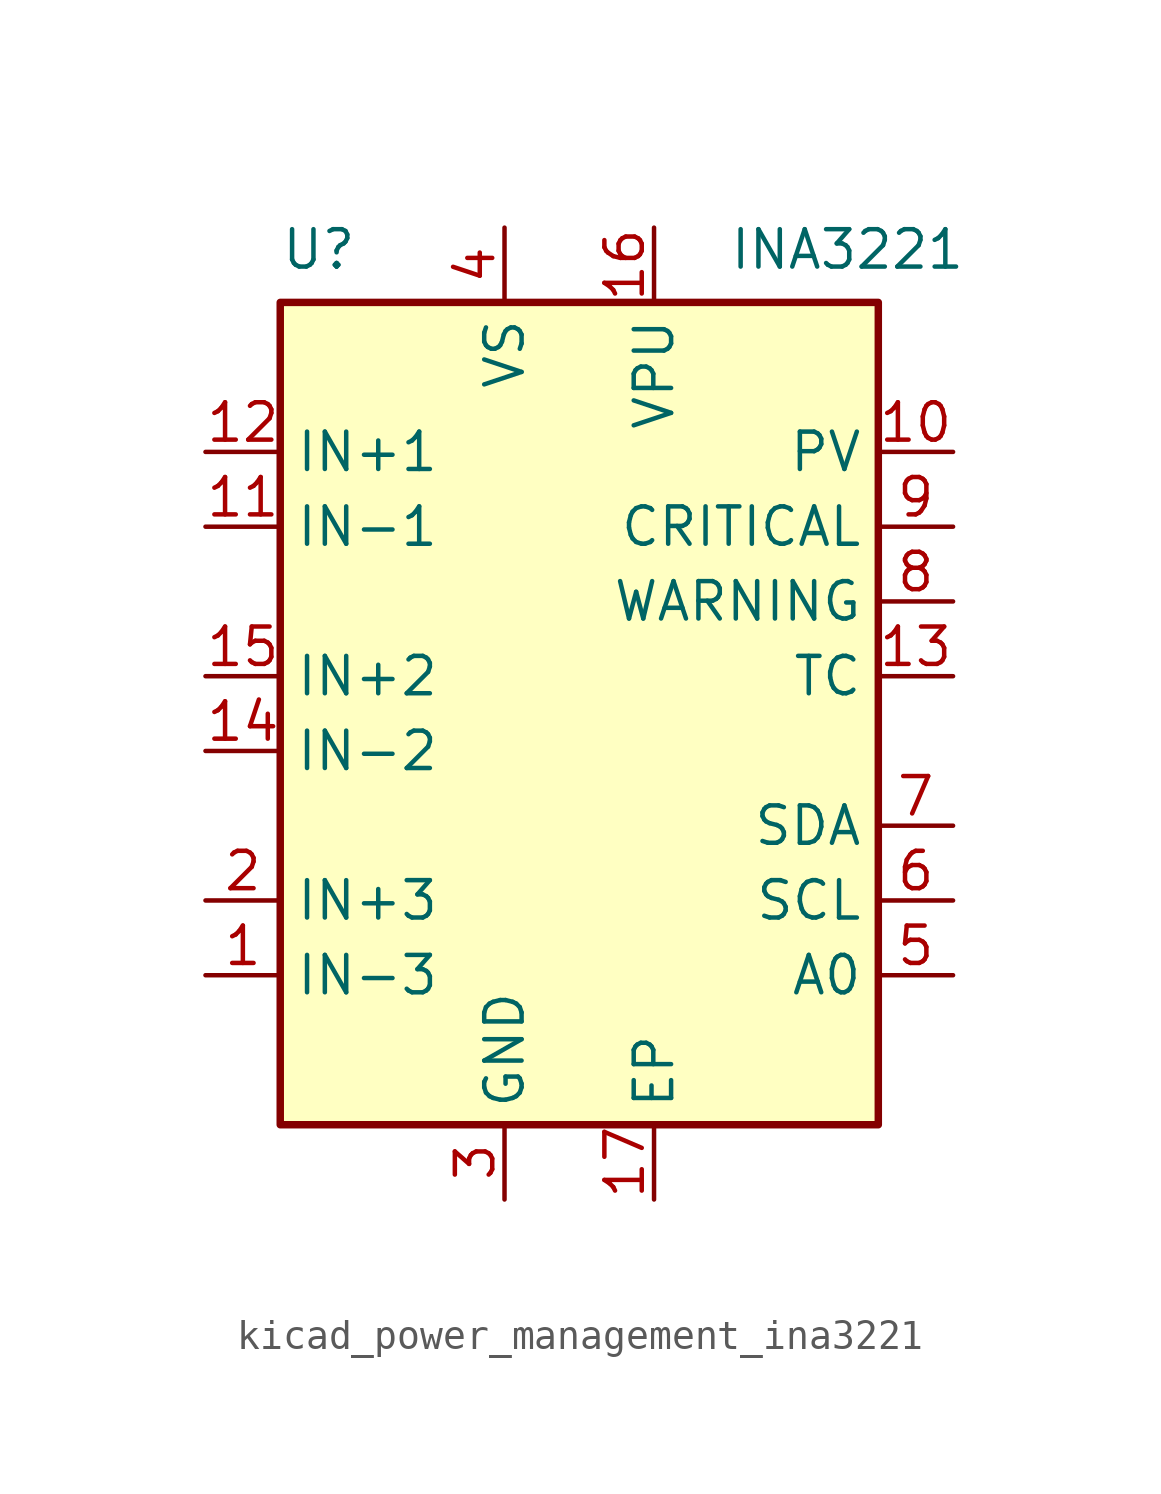
<source format=kicad_sym>
(kicad_symbol_lib
  (version 20220914)
  (generator kicad_symbol_editor)
  (symbol "kicad_power_management_ina3221"
    (property "Reference" "U"
      (at -10.16 17.78 0)
      (effects (font (size 1.27 1.27)) (justify left top)))
    (property "Value" "INA3221"
      (at 5.08 17.78 0)
      (effects (font (size 1.27 1.27)) (justify left top)))
    (symbol "kicad_power_management_ina3221_0_1"
      (rectangle (start 10.16 -12.7) (end -10.16 15.24) (stroke (width 0.254) (type default)) (fill (type background))))
    (symbol "kicad_power_management_ina3221_1_1"
      (pin input line (at -12.7 -7.62 0) (length 2.54) (name "IN-3" (effects (font (size 1.27 1.27)))) (number "1" (effects (font (size 1.27 1.27)))))
      (pin open_collector line (at 12.7 10.16 180) (length 2.54) (name "PV" (effects (font (size 1.27 1.27)))) (number "10" (effects (font (size 1.27 1.27)))))
      (pin input line (at -12.7 7.62 0) (length 2.54) (name "IN-1" (effects (font (size 1.27 1.27)))) (number "11" (effects (font (size 1.27 1.27)))))
      (pin input line (at -12.7 10.16 0) (length 2.54) (name "IN+1" (effects (font (size 1.27 1.27)))) (number "12" (effects (font (size 1.27 1.27)))))
      (pin open_collector line (at 12.7 2.54 180) (length 2.54) (name "TC" (effects (font (size 1.27 1.27)))) (number "13" (effects (font (size 1.27 1.27)))))
      (pin input line (at -12.7 0 0) (length 2.54) (name "IN-2" (effects (font (size 1.27 1.27)))) (number "14" (effects (font (size 1.27 1.27)))))
      (pin input line (at -12.7 2.54 0) (length 2.54) (name "IN+2" (effects (font (size 1.27 1.27)))) (number "15" (effects (font (size 1.27 1.27)))))
      (pin power_in line (at 2.54 17.78 270) (length 2.54) (name "VPU" (effects (font (size 1.27 1.27)))) (number "16" (effects (font (size 1.27 1.27)))))
      (pin passive line (at 2.54 -15.24 90) (length 2.54) (name "EP" (effects (font (size 1.27 1.27)))) (number "17" (effects (font (size 1.27 1.27)))))
      (pin input line (at -12.7 -5.08 0) (length 2.54) (name "IN+3" (effects (font (size 1.27 1.27)))) (number "2" (effects (font (size 1.27 1.27)))))
      (pin power_in line (at -2.54 -15.24 90) (length 2.54) (name "GND" (effects (font (size 1.27 1.27)))) (number "3" (effects (font (size 1.27 1.27)))))
      (pin power_in line (at -2.54 17.78 270) (length 2.54) (name "VS" (effects (font (size 1.27 1.27)))) (number "4" (effects (font (size 1.27 1.27)))))
      (pin input line (at 12.7 -7.62 180) (length 2.54) (name "A0" (effects (font (size 1.27 1.27)))) (number "5" (effects (font (size 1.27 1.27)))))
      (pin input line (at 12.7 -5.08 180) (length 2.54) (name "SCL" (effects (font (size 1.27 1.27)))) (number "6" (effects (font (size 1.27 1.27)))))
      (pin bidirectional line (at 12.7 -2.54 180) (length 2.54) (name "SDA" (effects (font (size 1.27 1.27)))) (number "7" (effects (font (size 1.27 1.27)))))
      (pin open_collector line (at 12.7 5.08 180) (length 2.54) (name "WARNING" (effects (font (size 1.27 1.27)))) (number "8" (effects (font (size 1.27 1.27)))))
      (pin open_collector line (at 12.7 7.62 180) (length 2.54) (name "CRITICAL" (effects (font (size 1.27 1.27)))) (number "9" (effects (font (size 1.27 1.27))))))))
</source>
